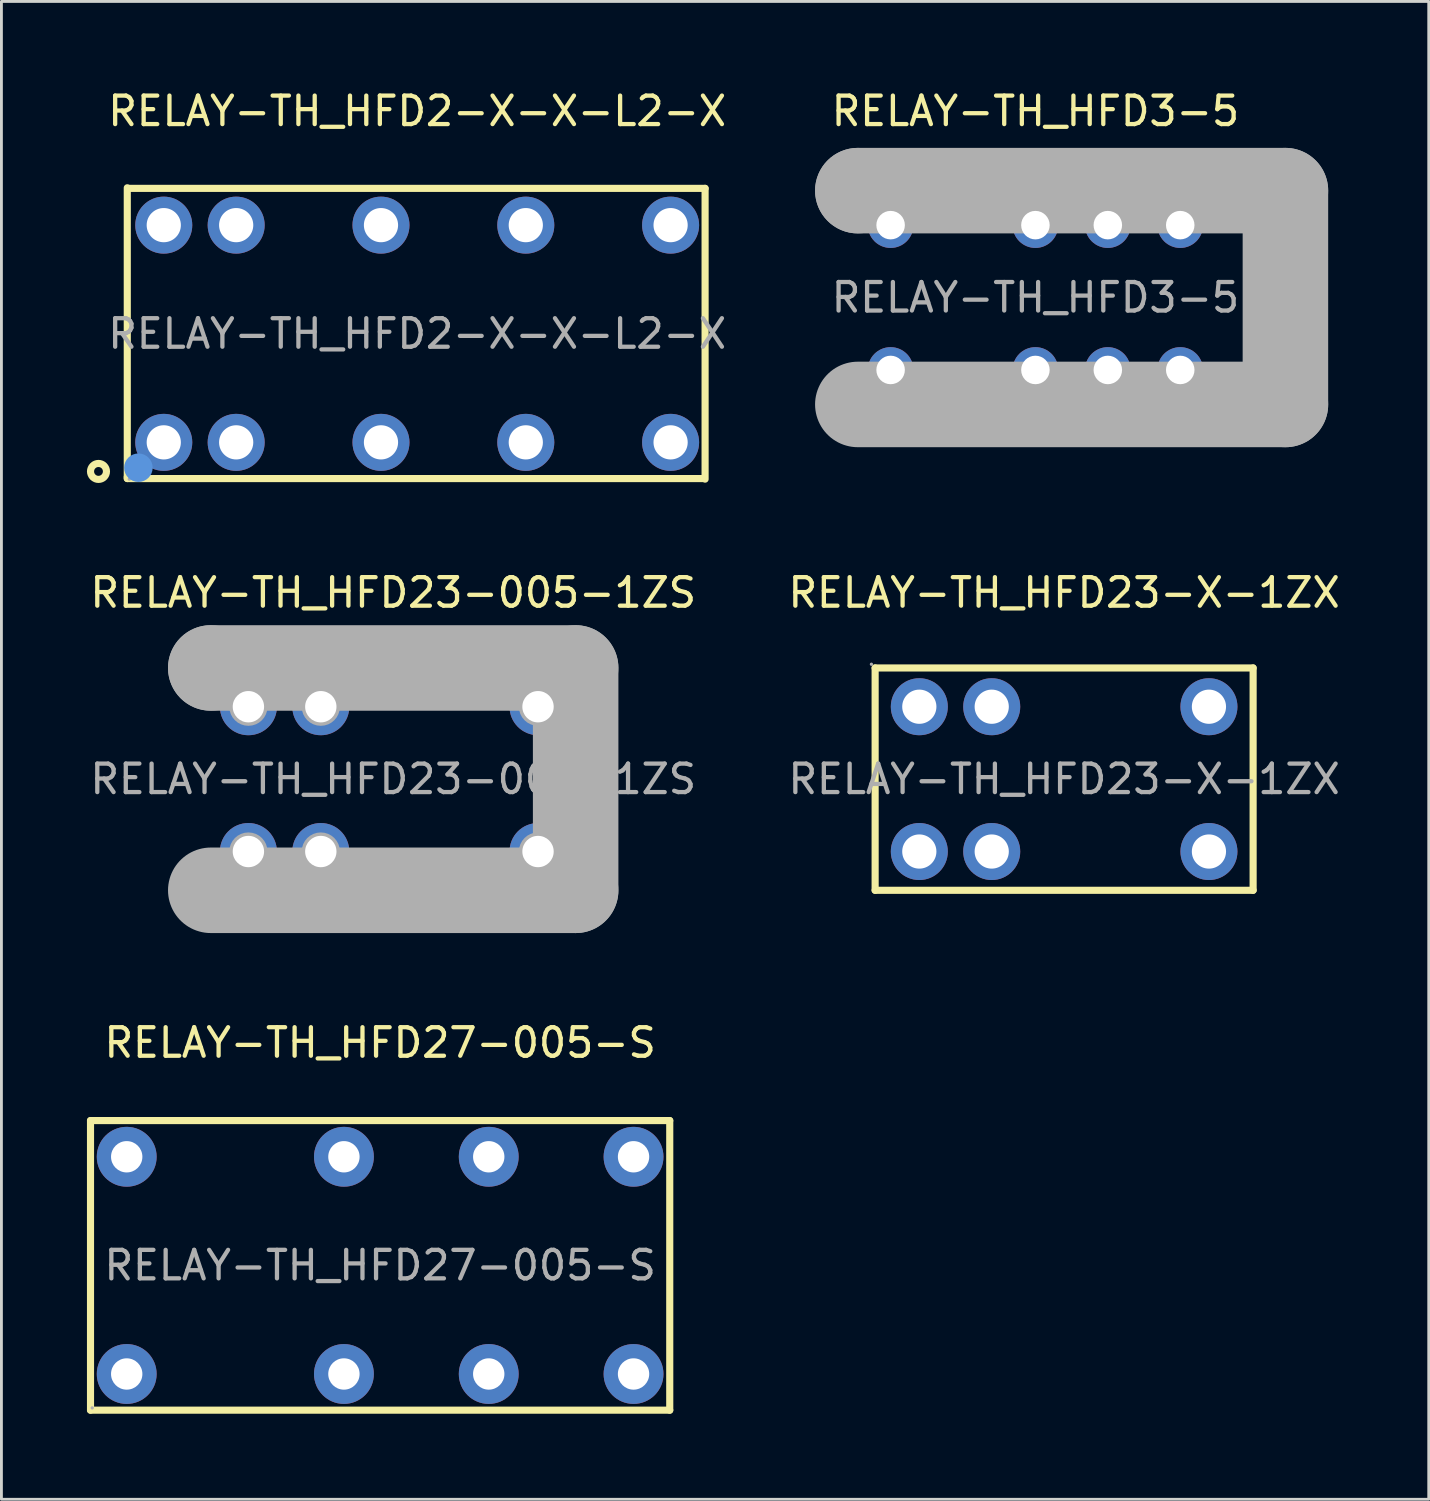
<source format=kicad_pcb>
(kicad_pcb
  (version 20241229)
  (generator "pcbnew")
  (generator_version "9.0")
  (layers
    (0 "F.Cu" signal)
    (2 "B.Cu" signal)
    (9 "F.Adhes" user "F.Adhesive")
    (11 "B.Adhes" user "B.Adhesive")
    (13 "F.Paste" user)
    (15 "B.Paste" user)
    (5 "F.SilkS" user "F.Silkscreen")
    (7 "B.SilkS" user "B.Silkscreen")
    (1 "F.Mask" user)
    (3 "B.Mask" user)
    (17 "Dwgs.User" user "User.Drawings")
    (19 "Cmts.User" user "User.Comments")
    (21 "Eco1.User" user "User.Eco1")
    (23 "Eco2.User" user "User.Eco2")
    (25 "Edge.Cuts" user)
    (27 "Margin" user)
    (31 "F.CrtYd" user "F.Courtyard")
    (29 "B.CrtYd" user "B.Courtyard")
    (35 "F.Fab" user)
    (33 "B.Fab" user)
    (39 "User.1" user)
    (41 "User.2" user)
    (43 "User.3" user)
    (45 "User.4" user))
  (footprint "RELAY-TH_HFD27-005-S"
    (layer "F.Cu")
    (at 10.285 41.34)
    (property "Reference" "RELAY-TH_HFD27-005-S" (at 0 -7.81 0) (layer "F.SilkS") (effects (font (size 1 1) (thickness 0.15))))
    (attr through_hole)
    (fp_line (start -10.16 -5.08) (end 10.16 -5.08) (stroke (width 0.25) (type solid)) (layer "F.SilkS"))
    (fp_line (start -10.16 5.08) (end -10.16 -5.08) (stroke (width 0.25) (type solid)) (layer "F.SilkS"))
    (fp_line (start 10.16 -5.08) (end 10.16 5.08) (stroke (width 0.25) (type solid)) (layer "F.SilkS"))
    (fp_line (start 10.16 5.08) (end -10.16 5.08) (stroke (width 0.25) (type solid)) (layer "F.SilkS"))
    (fp_circle (center -10.1 5) (end -10.07 5) (stroke (width 0.06) (type solid)) (fill no) (layer "F.Fab"))
    (fp_text user "${REFERENCE}" (at 0 0 0) (layer "F.Fab") (effects (font (size 1 1) (thickness 0.15))))
    (pad "1" thru_hole circle (at -8.89 3.81) (size 2.1 2.1) (drill 1.1) (layers "*.Cu" "*.Paste" "*.Mask"))
    (pad "4" thru_hole circle (at -1.27 3.81) (size 2.1 2.1) (drill 1.1) (layers "*.Cu" "*.Paste" "*.Mask"))
    (pad "6" thru_hole circle (at 3.81 3.81) (size 2.1 2.1) (drill 1.1) (layers "*.Cu" "*.Paste" "*.Mask"))
    (pad "8" thru_hole circle (at 8.89 3.81) (size 2.1 2.1) (drill 1.1) (layers "*.Cu" "*.Paste" "*.Mask"))
    (pad "9" thru_hole circle (at 8.89 -3.81) (size 2.1 2.1) (drill 1.1) (layers "*.Cu" "*.Paste" "*.Mask"))
    (pad "11" thru_hole circle (at 3.81 -3.81) (size 2.1 2.1) (drill 1.1) (layers "*.Cu" "*.Paste" "*.Mask"))
    (pad "13" thru_hole circle (at -1.27 -3.81) (size 2.1 2.1) (drill 1.1) (layers "*.Cu" "*.Paste" "*.Mask"))
    (pad "16" thru_hole circle (at -8.89 -3.81) (size 2.1 2.1) (drill 1.1) (layers "*.Cu" "*.Paste" "*.Mask")))
  (footprint "RELAY-TH_HFD2-X-X-L2-X"
    (layer "F.Cu")
    (at 11.585 8.658)
    (property "Reference" "RELAY-TH_HFD2-X-X-L2-X" (at 0 -7.81 0) (layer "F.SilkS") (effects (font (size 1 1) (thickness 0.15))))
    (attr through_hole)
    (fp_line (start -10.17 5.02) (end -10.17 -5.12) (stroke (width 0.25) (type solid)) (layer "F.SilkS"))
    (fp_line (start -10.17 5.08) (end -10.17 5.02) (stroke (width 0.25) (type solid)) (layer "F.SilkS"))
    (fp_line (start -10.1 -5.1) (end 10.1 -5.1) (stroke (width 0.25) (type solid)) (layer "F.SilkS"))
    (fp_line (start 10.03 5.08) (end -10.17 5.08) (stroke (width 0.25) (type solid)) (layer "F.SilkS"))
    (fp_line (start 10.1 -5.1) (end 10.1 5.1) (stroke (width 0.25) (type solid)) (layer "F.SilkS"))
    (fp_circle (center -11.18 4.83) (end -10.9 4.83) (stroke (width 0.25) (type solid)) (fill no) (layer "F.SilkS"))
    (fp_circle (center -9.78 4.7) (end -9.53 4.7) (stroke (width 0.5) (type solid)) (fill no) (layer "Cmts.User"))
    (fp_circle (center -10.1 5.1) (end -10.07 5.1) (stroke (width 0.06) (type solid)) (fill no) (layer "F.Fab"))
    (fp_circle (center -8.89 -3.81) (end -8.79 -3.81) (stroke (width 0.2) (type solid)) (fill no) (layer "F.Fab"))
    (fp_circle (center -8.89 3.81) (end -8.79 3.81) (stroke (width 0.2) (type solid)) (fill no) (layer "F.Fab"))
    (fp_circle (center -6.35 -3.81) (end -6.25 -3.81) (stroke (width 0.2) (type solid)) (fill no) (layer "F.Fab"))
    (fp_circle (center -6.35 3.81) (end -6.25 3.81) (stroke (width 0.2) (type solid)) (fill no) (layer "F.Fab"))
    (fp_text user "${REFERENCE}" (at 0 0 0) (layer "F.Fab") (effects (font (size 1 1) (thickness 0.15))))
    (pad "1" thru_hole circle (at -8.89 3.81) (size 2 2) (drill 1.2) (layers "*.Cu" "*.Paste" "*.Mask"))
    (pad "2" thru_hole circle (at -6.35 3.81) (size 2 2) (drill 1.2) (layers "*.Cu" "*.Paste" "*.Mask"))
    (pad "4" thru_hole circle (at -1.27 3.81) (size 2 2) (drill 1.2) (layers "*.Cu" "*.Paste" "*.Mask"))
    (pad "6" thru_hole circle (at 3.81 3.81) (size 2 2) (drill 1.2) (layers "*.Cu" "*.Paste" "*.Mask"))
    (pad "8" thru_hole circle (at 8.89 3.81) (size 2 2) (drill 1.2) (layers "*.Cu" "*.Paste" "*.Mask"))
    (pad "9" thru_hole circle (at 8.89 -3.81) (size 2 2) (drill 1.2) (layers "*.Cu" "*.Paste" "*.Mask"))
    (pad "11" thru_hole circle (at 3.81 -3.81) (size 2 2) (drill 1.2) (layers "*.Cu" "*.Paste" "*.Mask"))
    (pad "13" thru_hole circle (at -1.27 -3.81) (size 2 2) (drill 1.2) (layers "*.Cu" "*.Paste" "*.Mask"))
    (pad "15" thru_hole circle (at -6.35 -3.81) (size 2 2) (drill 1.2) (layers "*.Cu" "*.Paste" "*.Mask"))
    (pad "16" thru_hole circle (at -8.89 -3.81) (size 2 2) (drill 1.2) (layers "*.Cu" "*.Paste" "*.Mask")))
  (footprint "RELAY-TH_HFD23-X-1ZX"
    (layer "F.Cu")
    (at 34.28 24.282)
    (property "Reference" "RELAY-TH_HFD23-X-1ZX" (at 0 -6.54 0) (layer "F.SilkS") (effects (font (size 1 1) (thickness 0.15))))
    (attr through_hole)
    (fp_line (start -6.63 -3.9) (end -6.63 3.9) (stroke (width 0.25) (type solid)) (layer "F.SilkS"))
    (fp_line (start -6.63 -3.9) (end 6.63 -3.9) (stroke (width 0.25) (type solid)) (layer "F.SilkS"))
    (fp_line (start -6.63 3.9) (end 6.63 3.9) (stroke (width 0.25) (type solid)) (layer "F.SilkS"))
    (fp_line (start 6.63 -3.9) (end 6.63 3.9) (stroke (width 0.25) (type solid)) (layer "F.SilkS"))
    (fp_circle (center -6.76 -4.03) (end -6.73 -4.03) (stroke (width 0.06) (type solid)) (fill no) (layer "F.Fab"))
    (fp_circle (center -5.08 -2.54) (end -4.83 -2.54) (stroke (width 0.5) (type solid)) (fill no) (layer "F.Fab"))
    (fp_circle (center -5.08 2.54) (end -4.83 2.54) (stroke (width 0.5) (type solid)) (fill no) (layer "F.Fab"))
    (fp_circle (center -2.54 -2.54) (end -2.29 -2.54) (stroke (width 0.5) (type solid)) (fill no) (layer "F.Fab"))
    (fp_circle (center -2.54 2.54) (end -2.29 2.54) (stroke (width 0.5) (type solid)) (fill no) (layer "F.Fab"))
    (fp_circle (center 5.08 -2.54) (end 5.33 -2.54) (stroke (width 0.5) (type solid)) (fill no) (layer "F.Fab"))
    (fp_circle (center 5.08 2.54) (end 5.33 2.54) (stroke (width 0.5) (type solid)) (fill no) (layer "F.Fab"))
    (fp_text user "${REFERENCE}" (at 0 0 0) (layer "F.Fab") (effects (font (size 1 1) (thickness 0.15))))
    (pad "1" thru_hole circle (at -5.08 -2.54 180) (size 2 2) (drill 1.2) (layers "*.Cu" "*.Paste" "*.Mask"))
    (pad "2" thru_hole circle (at -2.54 -2.54 180) (size 2 2) (drill 1.2) (layers "*.Cu" "*.Paste" "*.Mask"))
    (pad "3" thru_hole circle (at 5.08 -2.54 180) (size 2 2) (drill 1.2) (layers "*.Cu" "*.Paste" "*.Mask"))
    (pad "4" thru_hole circle (at 5.08 2.54 180) (size 2 2) (drill 1.2) (layers "*.Cu" "*.Paste" "*.Mask"))
    (pad "5" thru_hole circle (at -2.54 2.54 180) (size 2 2) (drill 1.2) (layers "*.Cu" "*.Paste" "*.Mask"))
    (pad "6" thru_hole circle (at -5.08 2.54 180) (size 2 2) (drill 1.2) (layers "*.Cu" "*.Paste" "*.Mask")))
  (footprint "RELAY-TH_HFD3-5"
    (layer "F.Cu")
    (at 33.273 7.388)
    (property "Reference" "RELAY-TH_HFD3-5" (at 0 -6.54 0) (layer "F.SilkS") (effects (font (size 1 1) (thickness 0.15))))
    (attr through_hole)
    (fp_line (start -6.23 -3.75) (end -6.23 -3.75) (stroke (width 3) (type solid)) (layer "F.Fab"))
    (fp_line (start -6.23 -3.75) (end 8.77 -3.75) (stroke (width 3) (type solid)) (layer "F.Fab"))
    (fp_line (start 8.77 -3.75) (end 8.77 3.75) (stroke (width 3) (type solid)) (layer "F.Fab"))
    (fp_line (start 8.77 3.75) (end -6.23 3.75) (stroke (width 3) (type solid)) (layer "F.Fab"))
    (fp_circle (center -6.36 3.88) (end -6.33 3.88) (stroke (width 0.06) (type solid)) (fill no) (layer "F.Fab"))
    (fp_text user "${REFERENCE}" (at 0 0 0) (layer "F.Fab") (effects (font (size 1 1) (thickness 0.15))))
    (pad "1" thru_hole circle (at -5.08 2.54) (size 1.6 1.6) (drill 1) (layers "*.Cu" "*.Paste" "*.Mask"))
    (pad "3" thru_hole circle (at 0 2.54) (size 1.6 1.6) (drill 1) (layers "*.Cu" "*.Paste" "*.Mask"))
    (pad "4" thru_hole circle (at 2.54 2.54) (size 1.6 1.6) (drill 1) (layers "*.Cu" "*.Paste" "*.Mask"))
    (pad "5" thru_hole circle (at 5.08 2.54) (size 1.6 1.6) (drill 1) (layers "*.Cu" "*.Paste" "*.Mask"))
    (pad "8" thru_hole circle (at 5.08 -2.54) (size 1.6 1.6) (drill 1) (layers "*.Cu" "*.Paste" "*.Mask"))
    (pad "9" thru_hole circle (at 2.54 -2.54) (size 1.6 1.6) (drill 1) (layers "*.Cu" "*.Paste" "*.Mask"))
    (pad "10" thru_hole circle (at 0 -2.54) (size 1.6 1.6) (drill 1) (layers "*.Cu" "*.Paste" "*.Mask"))
    (pad "12" thru_hole circle (at -5.08 -2.54) (size 1.6 1.6) (drill 1) (layers "*.Cu" "*.Paste" "*.Mask")))
  (footprint "RELAY-TH_HFD23-005-1ZS"
    (layer "F.Cu")
    (at 10.744 24.282)
    (property "Reference" "RELAY-TH_HFD23-005-1ZS" (at 0 -6.54 0) (layer "F.SilkS") (effects (font (size 1 1) (thickness 0.15))))
    (attr through_hole)
    (fp_line (start -6.4 -3.9) (end -6.4 -3.9) (stroke (width 3) (type solid)) (layer "F.Fab"))
    (fp_line (start -6.4 -3.9) (end 6.4 -3.9) (stroke (width 3) (type solid)) (layer "F.Fab"))
    (fp_line (start 6.4 -3.9) (end 6.4 3.9) (stroke (width 3) (type solid)) (layer "F.Fab"))
    (fp_line (start 6.4 3.9) (end -6.4 3.9) (stroke (width 3) (type solid)) (layer "F.Fab"))
    (fp_circle (center -6.53 -4.03) (end -6.5 -4.03) (stroke (width 0.06) (type solid)) (fill no) (layer "F.Fab"))
    (fp_circle (center -5.08 -2.54) (end -4.86 -2.54) (stroke (width 0.45) (type solid)) (fill no) (layer "F.Fab"))
    (fp_circle (center -5.08 2.54) (end -4.86 2.54) (stroke (width 0.45) (type solid)) (fill no) (layer "F.Fab"))
    (fp_circle (center -2.54 -2.54) (end -2.32 -2.54) (stroke (width 0.45) (type solid)) (fill no) (layer "F.Fab"))
    (fp_circle (center -2.54 2.54) (end -2.32 2.54) (stroke (width 0.45) (type solid)) (fill no) (layer "F.Fab"))
    (fp_circle (center 5.08 -2.54) (end 5.3 -2.54) (stroke (width 0.45) (type solid)) (fill no) (layer "F.Fab"))
    (fp_circle (center 5.08 2.54) (end 5.3 2.54) (stroke (width 0.45) (type solid)) (fill no) (layer "F.Fab"))
    (fp_text user "${REFERENCE}" (at 0 0 0) (layer "F.Fab") (effects (font (size 1 1) (thickness 0.15))))
    (pad "1" thru_hole circle (at -2.54 -2.54) (size 2 2) (drill 1.1) (layers "*.Cu" "*.Paste" "*.Mask"))
    (pad "2" thru_hole circle (at -2.54 2.54) (size 2 2) (drill 1.1) (layers "*.Cu" "*.Paste" "*.Mask"))
    (pad "3" thru_hole circle (at 5.08 2.54) (size 2 2) (drill 1.1) (layers "*.Cu" "*.Paste" "*.Mask"))
    (pad "4" thru_hole circle (at 5.08 -2.54) (size 2 2) (drill 1.1) (layers "*.Cu" "*.Paste" "*.Mask"))
    (pad "5" thru_hole circle (at -5.08 -2.54) (size 2 2) (drill 1.1) (layers "*.Cu" "*.Paste" "*.Mask"))
    (pad "6" thru_hole circle (at -5.08 2.54) (size 2 2) (drill 1.1) (layers "*.Cu" "*.Paste" "*.Mask")))
  (gr_rect
    (start -3 -3)
    (end 47.071 49.545)
    (stroke (width 0.1) (type default))
    (fill no)
    (layer "Edge.Cuts")))
</source>
